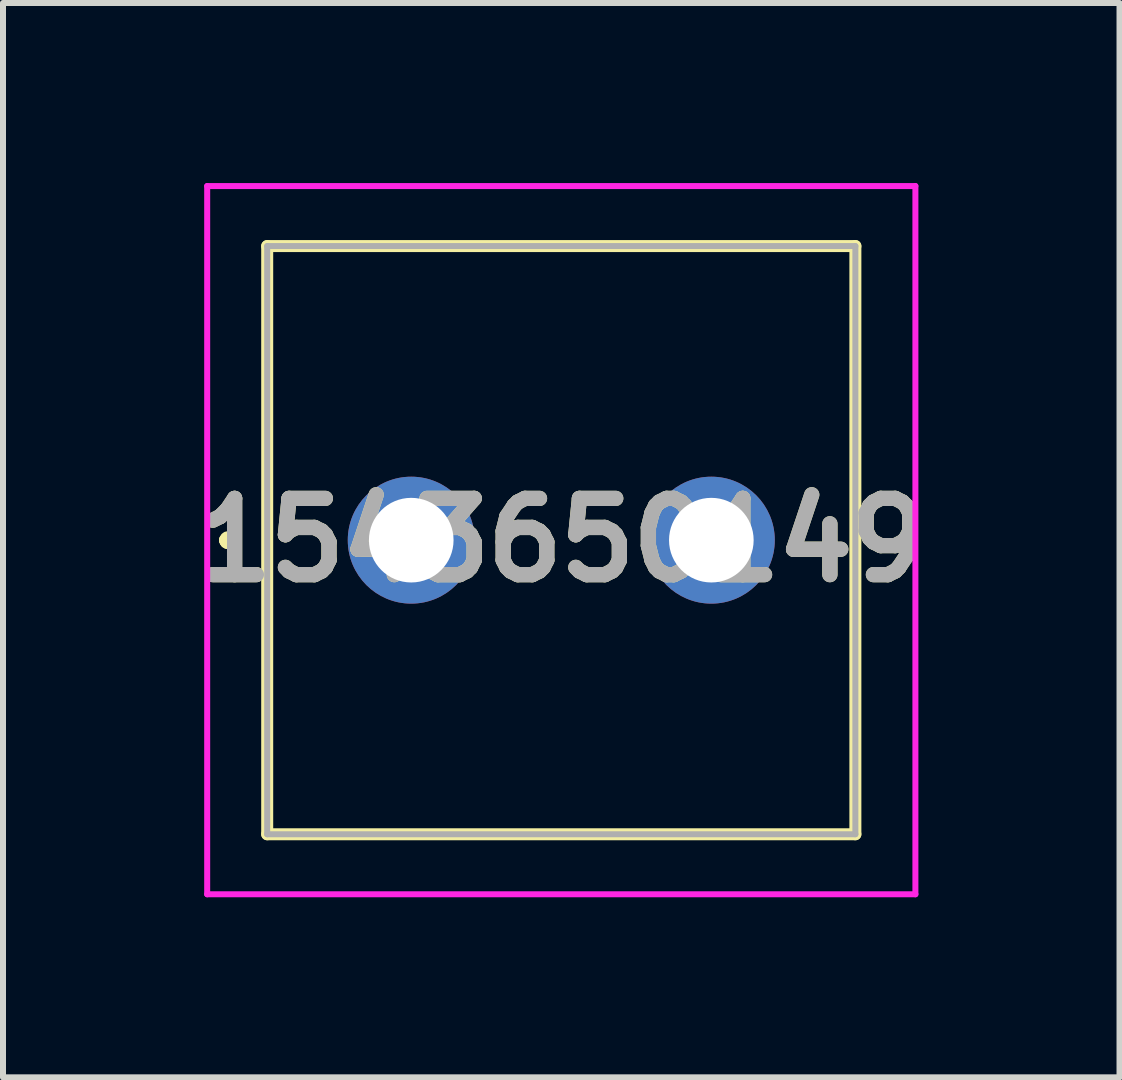
<source format=kicad_pcb>
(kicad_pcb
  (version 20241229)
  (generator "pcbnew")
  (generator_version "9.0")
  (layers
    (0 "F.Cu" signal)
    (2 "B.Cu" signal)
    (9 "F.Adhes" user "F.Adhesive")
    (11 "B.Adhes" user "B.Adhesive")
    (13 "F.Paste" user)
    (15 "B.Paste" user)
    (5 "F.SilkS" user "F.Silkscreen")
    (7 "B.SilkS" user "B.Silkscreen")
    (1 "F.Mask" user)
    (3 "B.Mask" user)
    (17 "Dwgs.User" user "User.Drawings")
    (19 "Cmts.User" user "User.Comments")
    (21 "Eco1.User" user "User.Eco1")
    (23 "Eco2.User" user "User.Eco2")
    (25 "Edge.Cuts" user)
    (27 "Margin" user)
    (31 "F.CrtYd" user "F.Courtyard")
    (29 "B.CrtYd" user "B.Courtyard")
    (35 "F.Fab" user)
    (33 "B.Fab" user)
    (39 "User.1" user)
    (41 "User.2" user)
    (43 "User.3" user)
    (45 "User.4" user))
  (footprint "1543650149"
    (layer "F.Cu")
    (at 3.802 5.95)
    (property "Reference" "1543650149" (at 2.5 0 0) (layer "F.SilkS") (effects (font (size 1.27 1.27) (thickness 0.254))))
    (attr through_hole)
    (fp_line (start -3.1 0) (end -3.1 0) (stroke (width 0.2) (type solid)) (layer "F.SilkS"))
    (fp_line (start -3.1 0) (end -3.1 0) (stroke (width 0.2) (type solid)) (layer "F.SilkS"))
    (fp_line (start -3 0) (end -3 0) (stroke (width 0.2) (type solid)) (layer "F.SilkS"))
    (fp_line (start -2.4 -4.9) (end -2.4 4.9) (stroke (width 0.2) (type solid)) (layer "F.SilkS"))
    (fp_line (start -2.4 4.9) (end 7.4 4.9) (stroke (width 0.2) (type solid)) (layer "F.SilkS"))
    (fp_line (start 7.4 -4.9) (end -2.4 -4.9) (stroke (width 0.2) (type solid)) (layer "F.SilkS"))
    (fp_line (start 7.4 4.9) (end 7.4 -4.9) (stroke (width 0.2) (type solid)) (layer "F.SilkS"))
    (fp_arc (start -3.1 0) (mid -3.05 -0.05) (end -3 0) (stroke (width 0.2) (type solid)) (layer "F.SilkS"))
    (fp_arc (start -3 0) (mid -3.05 0.05) (end -3.1 0) (stroke (width 0.2) (type solid)) (layer "F.SilkS"))
    (fp_arc (start -3 0) (mid -3.05 0.05) (end -3.1 0) (stroke (width 0.2) (type solid)) (layer "F.SilkS"))
    (fp_line (start -3.4 -5.9) (end 8.4 -5.9) (stroke (width 0.1) (type solid)) (layer "F.CrtYd"))
    (fp_line (start -3.4 5.9) (end -3.4 -5.9) (stroke (width 0.1) (type solid)) (layer "F.CrtYd"))
    (fp_line (start 8.4 -5.9) (end 8.4 5.9) (stroke (width 0.1) (type solid)) (layer "F.CrtYd"))
    (fp_line (start 8.4 5.9) (end -3.4 5.9) (stroke (width 0.1) (type solid)) (layer "F.CrtYd"))
    (fp_line (start -2.4 -4.9) (end -2.4 4.9) (stroke (width 0.1) (type solid)) (layer "F.Fab"))
    (fp_line (start -2.4 4.9) (end 7.4 4.9) (stroke (width 0.1) (type solid)) (layer "F.Fab"))
    (fp_line (start 7.4 -4.9) (end -2.4 -4.9) (stroke (width 0.1) (type solid)) (layer "F.Fab"))
    (fp_line (start 7.4 4.9) (end 7.4 -4.9) (stroke (width 0.1) (type solid)) (layer "F.Fab"))
    (fp_text user "${REFERENCE}" (at 2.5 0 0) (layer "F.Fab") (effects (font (size 1.27 1.27) (thickness 0.254))))
    (pad "1" thru_hole circle (at 0 0) (size 2.115 2.115) (drill 1.41) (layers "*.Cu" "*.Mask"))
    (pad "2" thru_hole circle (at 5 0) (size 2.115 2.115) (drill 1.41) (layers "*.Cu" "*.Mask")))
  (gr_rect
    (start -3 -3)
    (end 15.603 14.9)
    (stroke (width 0.1) (type default))
    (fill no)
    (layer "Edge.Cuts")))
</source>
